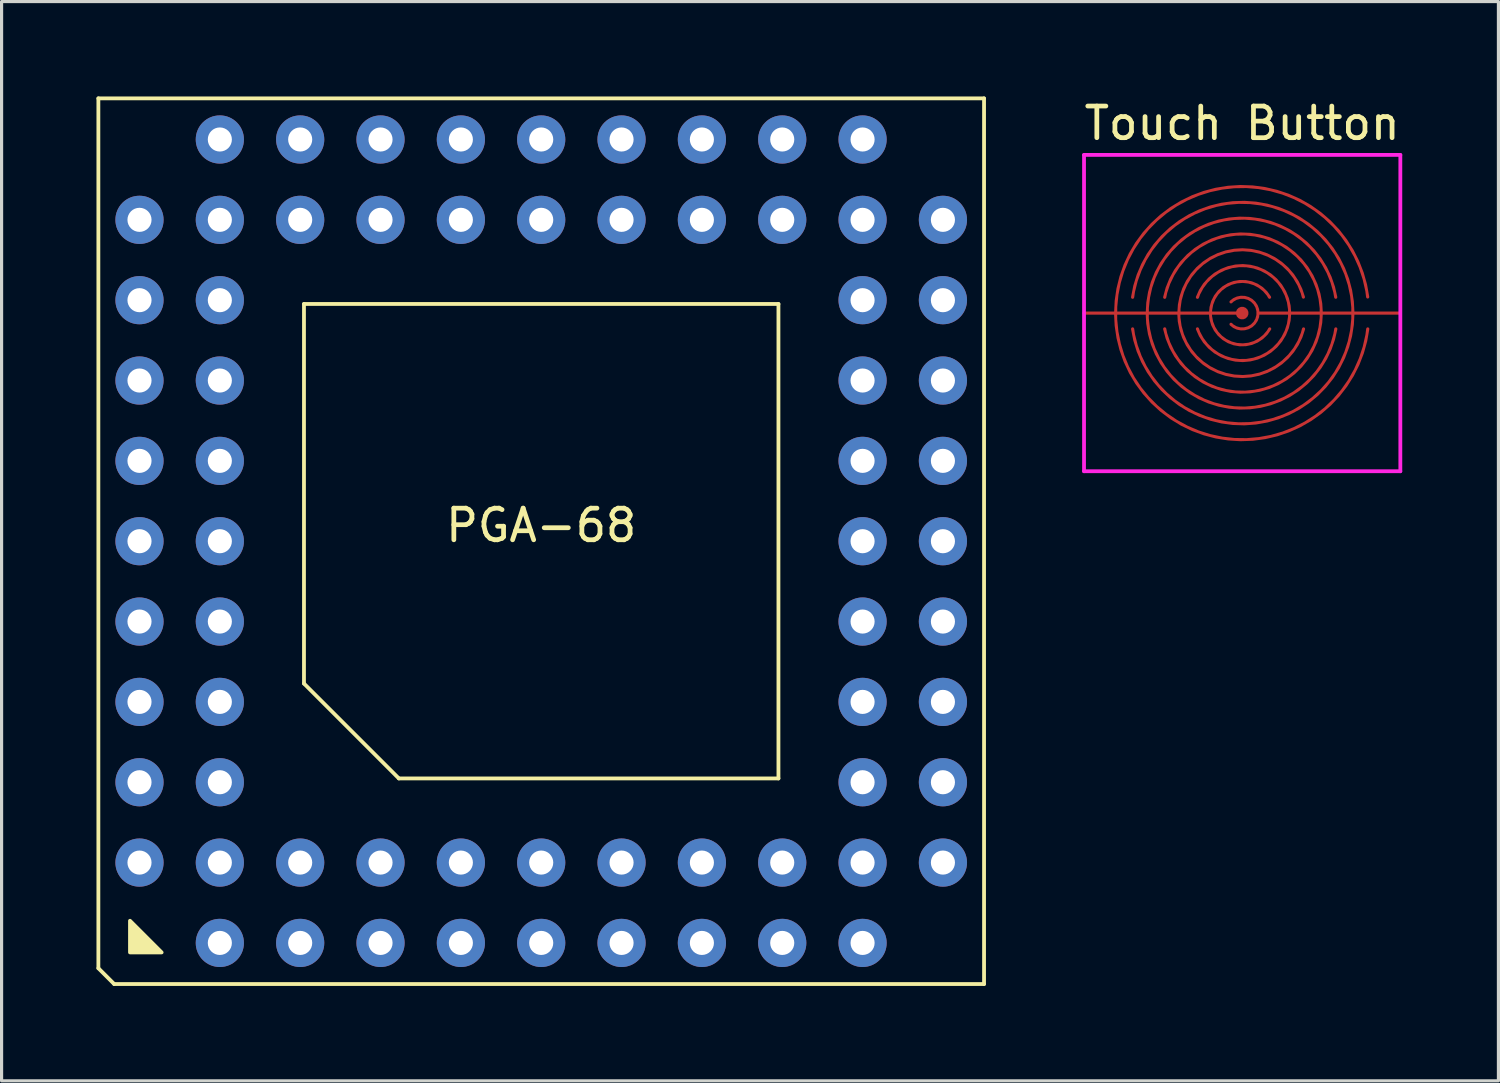
<source format=kicad_pcb>
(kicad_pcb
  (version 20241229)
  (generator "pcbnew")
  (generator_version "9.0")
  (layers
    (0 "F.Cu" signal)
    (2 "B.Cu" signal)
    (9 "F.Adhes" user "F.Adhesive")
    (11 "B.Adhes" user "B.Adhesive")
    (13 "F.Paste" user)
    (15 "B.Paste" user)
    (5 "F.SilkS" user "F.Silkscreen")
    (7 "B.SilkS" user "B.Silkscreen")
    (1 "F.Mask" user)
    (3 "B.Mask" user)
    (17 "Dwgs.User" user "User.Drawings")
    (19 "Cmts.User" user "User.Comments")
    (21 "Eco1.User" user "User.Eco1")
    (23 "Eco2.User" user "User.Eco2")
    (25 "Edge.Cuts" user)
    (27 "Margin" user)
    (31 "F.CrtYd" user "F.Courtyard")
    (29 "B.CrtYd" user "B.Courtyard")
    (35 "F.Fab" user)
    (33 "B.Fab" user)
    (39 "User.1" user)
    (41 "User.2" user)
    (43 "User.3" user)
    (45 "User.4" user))
  (footprint "PGA-68"
    (layer "F.Cu")
    (at 14.06 14.06)
    (property "Reference" "PGA-68" (at 0 -0.5 0) (unlocked yes) (layer "F.SilkS") (effects (font (size 1 1) (thickness 0.15))))
    (attr through_hole)
    (fp_line (start -14 -14) (end 14 -14) (stroke (width 0.12) (type solid)) (layer "F.SilkS"))
    (fp_line (start -14 13.5) (end -14 -14) (stroke (width 0.12) (type solid)) (layer "F.SilkS"))
    (fp_line (start -13.5 14) (end -14 13.5) (stroke (width 0.12) (type solid)) (layer "F.SilkS"))
    (fp_line (start -7.5 -7.5) (end 7.5 -7.5) (stroke (width 0.12) (type solid)) (layer "F.SilkS"))
    (fp_line (start -7.5 4.5) (end -7.5 -7.5) (stroke (width 0.12) (type solid)) (layer "F.SilkS"))
    (fp_line (start -4.5 7.5) (end -7.5 4.5) (stroke (width 0.12) (type solid)) (layer "F.SilkS"))
    (fp_line (start 7.5 -7.5) (end 7.5 7.5) (stroke (width 0.12) (type solid)) (layer "F.SilkS"))
    (fp_line (start 7.5 7.5) (end -4.5 7.5) (stroke (width 0.12) (type solid)) (layer "F.SilkS"))
    (fp_line (start 14 -14) (end 14 14) (stroke (width 0.12) (type solid)) (layer "F.SilkS"))
    (fp_line (start 14 14) (end -13.5 14) (stroke (width 0.12) (type solid)) (layer "F.SilkS"))
    (fp_poly (pts (xy -12 13) (xy -13 13) (xy -13 12)) (stroke (width 0.12) (type solid)) (fill yes) (layer "F.SilkS"))
    (pad "1" thru_hole circle (at -10.16 12.7) (size 1.524 1.524) (drill 0.762) (layers "*.Cu" "*.Mask"))
    (pad "2" thru_hole circle (at -10.16 10.16) (size 1.524 1.524) (drill 0.762) (layers "*.Cu" "*.Mask"))
    (pad "3" thru_hole circle (at -7.62 12.7) (size 1.524 1.524) (drill 0.762) (layers "*.Cu" "*.Mask"))
    (pad "4" thru_hole circle (at -7.62 10.16) (size 1.524 1.524) (drill 0.762) (layers "*.Cu" "*.Mask"))
    (pad "5" thru_hole circle (at -5.08 12.7) (size 1.524 1.524) (drill 0.762) (layers "*.Cu" "*.Mask"))
    (pad "6" thru_hole circle (at -5.08 10.16) (size 1.524 1.524) (drill 0.762) (layers "*.Cu" "*.Mask"))
    (pad "7" thru_hole circle (at -2.54 12.7) (size 1.524 1.524) (drill 0.762) (layers "*.Cu" "*.Mask"))
    (pad "8" thru_hole circle (at -2.54 10.16) (size 1.524 1.524) (drill 0.762) (layers "*.Cu" "*.Mask"))
    (pad "9" thru_hole circle (at 0 12.7) (size 1.524 1.524) (drill 0.762) (layers "*.Cu" "*.Mask"))
    (pad "10" thru_hole circle (at 0 10.16) (size 1.524 1.524) (drill 0.762) (layers "*.Cu" "*.Mask"))
    (pad "11" thru_hole circle (at 2.54 12.7) (size 1.524 1.524) (drill 0.762) (layers "*.Cu" "*.Mask"))
    (pad "12" thru_hole circle (at 2.54 10.16) (size 1.524 1.524) (drill 0.762) (layers "*.Cu" "*.Mask"))
    (pad "13" thru_hole circle (at 5.08 12.7) (size 1.524 1.524) (drill 0.762) (layers "*.Cu" "*.Mask"))
    (pad "14" thru_hole circle (at 5.08 10.16) (size 1.524 1.524) (drill 0.762) (layers "*.Cu" "*.Mask"))
    (pad "15" thru_hole circle (at 7.62 12.7) (size 1.524 1.524) (drill 0.762) (layers "*.Cu" "*.Mask"))
    (pad "16" thru_hole circle (at 7.62 10.16) (size 1.524 1.524) (drill 0.762) (layers "*.Cu" "*.Mask"))
    (pad "17" thru_hole circle (at 10.16 12.7) (size 1.524 1.524) (drill 0.762) (layers "*.Cu" "*.Mask"))
    (pad "18" thru_hole circle (at 12.7 10.16) (size 1.524 1.524) (drill 0.762) (layers "*.Cu" "*.Mask"))
    (pad "19" thru_hole circle (at 10.16 10.16) (size 1.524 1.524) (drill 0.762) (layers "*.Cu" "*.Mask"))
    (pad "20" thru_hole circle (at 12.7 7.62) (size 1.524 1.524) (drill 0.762) (layers "*.Cu" "*.Mask"))
    (pad "21" thru_hole circle (at 10.16 7.62) (size 1.524 1.524) (drill 0.762) (layers "*.Cu" "*.Mask"))
    (pad "22" thru_hole circle (at 12.7 5.08) (size 1.524 1.524) (drill 0.762) (layers "*.Cu" "*.Mask"))
    (pad "23" thru_hole circle (at 10.16 5.08) (size 1.524 1.524) (drill 0.762) (layers "*.Cu" "*.Mask"))
    (pad "24" thru_hole circle (at 12.7 2.54) (size 1.524 1.524) (drill 0.762) (layers "*.Cu" "*.Mask"))
    (pad "25" thru_hole circle (at 10.16 2.54) (size 1.524 1.524) (drill 0.762) (layers "*.Cu" "*.Mask"))
    (pad "26" thru_hole circle (at 12.7 0) (size 1.524 1.524) (drill 0.762) (layers "*.Cu" "*.Mask"))
    (pad "27" thru_hole circle (at 10.16 0) (size 1.524 1.524) (drill 0.762) (layers "*.Cu" "*.Mask"))
    (pad "28" thru_hole circle (at 12.7 -2.54) (size 1.524 1.524) (drill 0.762) (layers "*.Cu" "*.Mask"))
    (pad "29" thru_hole circle (at 10.16 -2.54) (size 1.524 1.524) (drill 0.762) (layers "*.Cu" "*.Mask"))
    (pad "30" thru_hole circle (at 12.7 -5.08) (size 1.524 1.524) (drill 0.762) (layers "*.Cu" "*.Mask"))
    (pad "31" thru_hole circle (at 10.16 -5.08) (size 1.524 1.524) (drill 0.762) (layers "*.Cu" "*.Mask"))
    (pad "32" thru_hole circle (at 12.7 -7.62) (size 1.524 1.524) (drill 0.762) (layers "*.Cu" "*.Mask"))
    (pad "33" thru_hole circle (at 10.16 -7.62) (size 1.524 1.524) (drill 0.762) (layers "*.Cu" "*.Mask"))
    (pad "34" thru_hole circle (at 12.7 -10.16) (size 1.524 1.524) (drill 0.762) (layers "*.Cu" "*.Mask"))
    (pad "35" thru_hole circle (at 10.16 -12.7) (size 1.524 1.524) (drill 0.762) (layers "*.Cu" "*.Mask"))
    (pad "36" thru_hole circle (at 10.16 -10.16) (size 1.524 1.524) (drill 0.762) (layers "*.Cu" "*.Mask"))
    (pad "37" thru_hole circle (at 7.62 -12.7) (size 1.524 1.524) (drill 0.762) (layers "*.Cu" "*.Mask"))
    (pad "38" thru_hole circle (at 7.62 -10.16) (size 1.524 1.524) (drill 0.762) (layers "*.Cu" "*.Mask"))
    (pad "39" thru_hole circle (at 5.08 -12.7) (size 1.524 1.524) (drill 0.762) (layers "*.Cu" "*.Mask"))
    (pad "40" thru_hole circle (at 5.08 -10.16) (size 1.524 1.524) (drill 0.762) (layers "*.Cu" "*.Mask"))
    (pad "41" thru_hole circle (at 2.54 -12.7) (size 1.524 1.524) (drill 0.762) (layers "*.Cu" "*.Mask"))
    (pad "42" thru_hole circle (at 2.54 -10.16) (size 1.524 1.524) (drill 0.762) (layers "*.Cu" "*.Mask"))
    (pad "43" thru_hole circle (at 0 -12.7) (size 1.524 1.524) (drill 0.762) (layers "*.Cu" "*.Mask"))
    (pad "44" thru_hole circle (at 0 -10.16) (size 1.524 1.524) (drill 0.762) (layers "*.Cu" "*.Mask"))
    (pad "45" thru_hole circle (at -2.54 -12.7) (size 1.524 1.524) (drill 0.762) (layers "*.Cu" "*.Mask"))
    (pad "46" thru_hole circle (at -2.54 -10.16) (size 1.524 1.524) (drill 0.762) (layers "*.Cu" "*.Mask"))
    (pad "47" thru_hole circle (at -5.08 -12.7) (size 1.524 1.524) (drill 0.762) (layers "*.Cu" "*.Mask"))
    (pad "48" thru_hole circle (at -5.08 -10.16) (size 1.524 1.524) (drill 0.762) (layers "*.Cu" "*.Mask"))
    (pad "49" thru_hole circle (at -7.62 -12.7) (size 1.524 1.524) (drill 0.762) (layers "*.Cu" "*.Mask"))
    (pad "50" thru_hole circle (at -7.62 -10.16) (size 1.524 1.524) (drill 0.762) (layers "*.Cu" "*.Mask"))
    (pad "51" thru_hole circle (at -10.16 -12.7) (size 1.524 1.524) (drill 0.762) (layers "*.Cu" "*.Mask"))
    (pad "52" thru_hole circle (at -12.7 -10.16) (size 1.524 1.524) (drill 0.762) (layers "*.Cu" "*.Mask"))
    (pad "53" thru_hole circle (at -10.16 -10.16) (size 1.524 1.524) (drill 0.762) (layers "*.Cu" "*.Mask"))
    (pad "54" thru_hole circle (at -12.7 -7.62) (size 1.524 1.524) (drill 0.762) (layers "*.Cu" "*.Mask"))
    (pad "55" thru_hole circle (at -10.16 -7.62) (size 1.524 1.524) (drill 0.762) (layers "*.Cu" "*.Mask"))
    (pad "56" thru_hole circle (at -12.7 -5.08) (size 1.524 1.524) (drill 0.762) (layers "*.Cu" "*.Mask"))
    (pad "57" thru_hole circle (at -10.16 -5.08) (size 1.524 1.524) (drill 0.762) (layers "*.Cu" "*.Mask"))
    (pad "58" thru_hole circle (at -12.7 -2.54) (size 1.524 1.524) (drill 0.762) (layers "*.Cu" "*.Mask"))
    (pad "59" thru_hole circle (at -10.16 -2.54) (size 1.524 1.524) (drill 0.762) (layers "*.Cu" "*.Mask"))
    (pad "60" thru_hole circle (at -12.7 0) (size 1.524 1.524) (drill 0.762) (layers "*.Cu" "*.Mask"))
    (pad "61" thru_hole circle (at -10.16 0) (size 1.524 1.524) (drill 0.762) (layers "*.Cu" "*.Mask"))
    (pad "62" thru_hole circle (at -12.7 2.54) (size 1.524 1.524) (drill 0.762) (layers "*.Cu" "*.Mask"))
    (pad "63" thru_hole circle (at -10.16 2.54) (size 1.524 1.524) (drill 0.762) (layers "*.Cu" "*.Mask"))
    (pad "64" thru_hole circle (at -12.7 5.08) (size 1.524 1.524) (drill 0.762) (layers "*.Cu" "*.Mask"))
    (pad "65" thru_hole circle (at -10.16 5.08) (size 1.524 1.524) (drill 0.762) (layers "*.Cu" "*.Mask"))
    (pad "66" thru_hole circle (at -12.7 7.62) (size 1.524 1.524) (drill 0.762) (layers "*.Cu" "*.Mask"))
    (pad "67" thru_hole circle (at -10.16 7.62) (size 1.524 1.524) (drill 0.762) (layers "*.Cu" "*.Mask"))
    (pad "68" thru_hole circle (at -12.7 10.16) (size 1.524 1.524) (drill 0.762) (layers "*.Cu" "*.Mask")))
  (footprint "Touch Button"
    (layer "F.Cu")
    (at 36.221 6.848)
    (property "Reference" "Touch Button" (at 0 -6 0) (unlocked yes) (layer "F.SilkS") (effects (font (size 1 1) (thickness 0.15))))
    (fp_line (start -5 -5) (end -5 5) (stroke (width 0.12) (type solid)) (layer "F.CrtYd"))
    (fp_line (start -5 -5) (end 5 -5) (stroke (width 0.12) (type solid)) (layer "F.CrtYd"))
    (fp_line (start 5 -5) (end 5 5) (stroke (width 0.12) (type solid)) (layer "F.CrtYd"))
    (fp_line (start 5 5) (end -5 5) (stroke (width 0.12) (type solid)) (layer "F.CrtYd"))
    (pad "1" smd custom (at 0 0) (size 0.001 0.001) (layers "F.Cu" "F.Mask" "F.Paste") (options (anchor rect)) (primitives (gr_line (start -5 0) (end 0 0) (width 0.1)) (gr_arc (start -4 0) (mid -0.254646 -3.991886) (end 3.967578 -0.508258) (width 0.1)) (gr_arc (start 3.97 0.5) (mid -0.24625 3.993778) (end -4.001353 0.008499) (width 0.1)) (gr_arc (start -3 0) (mid -0.251033 -2.989479) (end 2.957988 -0.500306) (width 0.1)) (gr_arc (start 2.96 0.5) (mid -0.25056 2.991458) (end -3.001933 0.000637) (width 0.1)) (gr_arc (start -2 0) (mid -0.254129 -1.983789) (end 1.935418 -0.504139) (width 0.1)) (gr_arc (start 1.94 0.5) (mid -0.251177 1.987589) (end -2.003396 0.001663) (width 0.1)) (gr_arc (start -1 0) (mid -0.258819 -0.965926) (end 0.866025 -0.5) (width 0.1)) (gr_arc (start 0.87 0.5) (mid -0.258635 0.96954) (end -1.003444 0.000238) (width 0.1)) (gr_circle (center 0 0) (end 0.15 0) (width 0.1) (fill yes))))
    (pad "2" smd custom (at 0.5 0) (size 0.001 0.001) (layers "F.Cu" "F.Mask" "F.Paste") (options (anchor rect)) (primitives (gr_line (start 0 0) (end 4.5 0) (width 0.1)) (gr_arc (start 3 0) (mid -0.249759 3.491043) (end -3.964217 0.499201) (width 0.1)) (gr_arc (start -3.964217 -0.499201) (mid -0.249759 -3.491043) (end 3 0) (width 0.1)) (gr_arc (start 2 0) (mid -0.24953 2.487421) (end -2.949812 0.49842) (width 0.1)) (gr_arc (start -2.949812 -0.49842) (mid -0.24953 -2.487422) (end 2 0) (width 0.1)) (gr_arc (start 1 0) (mid -0.247266 1.478555) (end -1.914834 0.498242) (width 0.1)) (gr_arc (start -1.914834 -0.498242) (mid -0.247266 -1.478555) (end 1 0) (width 0.1)) (gr_arc (start 0 0) (mid -0.308658 0.46194) (end -0.853553 0.353553) (width 0.1)) (gr_arc (start -0.853553 -0.353553) (mid -0.308658 -0.461939) (end -0.000001 0) (width 0.1)))))
  (gr_rect
    (start -3 -3)
    (end 44.322 31.12)
    (stroke (width 0.1) (type default))
    (fill no)
    (layer "Edge.Cuts")))
</source>
